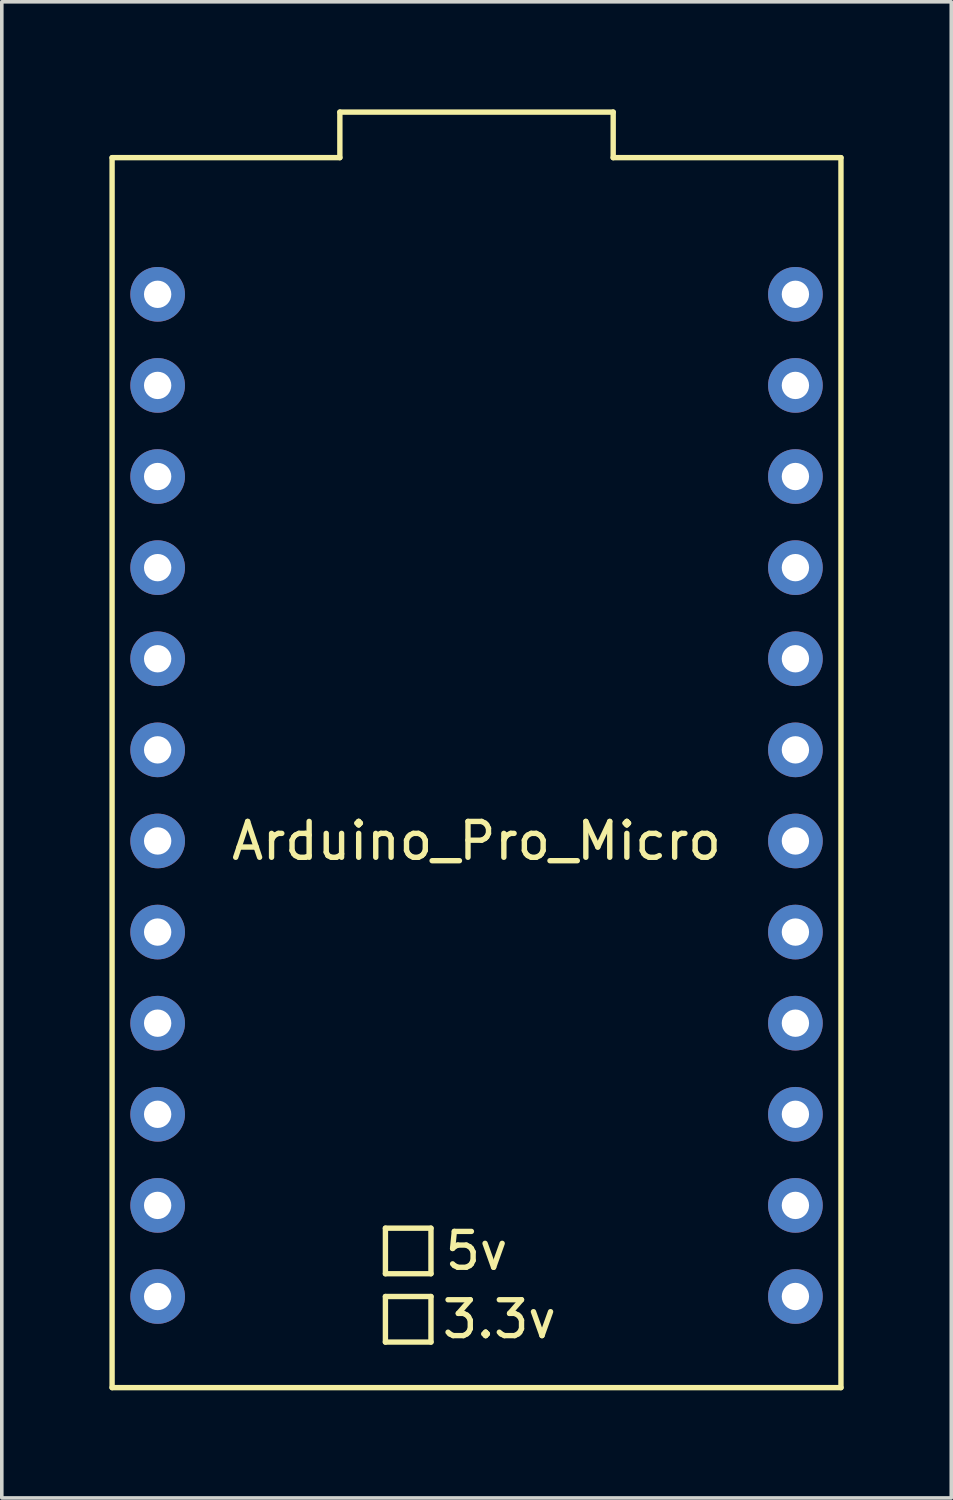
<source format=kicad_pcb>
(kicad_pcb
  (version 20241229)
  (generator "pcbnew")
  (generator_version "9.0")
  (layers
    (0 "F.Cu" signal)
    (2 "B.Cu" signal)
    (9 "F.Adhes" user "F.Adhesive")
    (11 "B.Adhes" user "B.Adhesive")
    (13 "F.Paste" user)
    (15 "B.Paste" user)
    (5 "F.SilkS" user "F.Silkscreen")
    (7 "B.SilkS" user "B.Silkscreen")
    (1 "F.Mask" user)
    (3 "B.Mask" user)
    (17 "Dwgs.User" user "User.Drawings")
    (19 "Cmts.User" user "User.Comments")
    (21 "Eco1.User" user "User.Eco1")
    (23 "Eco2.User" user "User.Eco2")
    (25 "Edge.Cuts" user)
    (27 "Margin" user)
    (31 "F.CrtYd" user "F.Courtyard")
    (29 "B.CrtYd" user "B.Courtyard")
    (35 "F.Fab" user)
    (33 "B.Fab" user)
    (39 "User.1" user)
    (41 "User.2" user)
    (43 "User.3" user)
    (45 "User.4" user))
  (footprint "Arduino_Pro_Micro"
    (layer "F.Cu")
    (at 10.235 19.125)
    (property "Reference" "Arduino_Pro_Micro" (at 0 1.27 0) (layer "F.SilkS") (effects (font (size 1 1) (thickness 0.15))))
    (attr through_hole)
    (fp_line (start -10.16 -17.78) (end -10.16 16.51) (stroke (width 0.15) (type solid)) (layer "F.SilkS"))
    (fp_line (start -10.16 -17.78) (end -3.81 -17.78) (stroke (width 0.15) (type solid)) (layer "F.SilkS"))
    (fp_line (start -10.16 16.51) (end 10.16 16.51) (stroke (width 0.15) (type solid)) (layer "F.SilkS"))
    (fp_line (start -3.81 -19.05) (end 3.81 -19.05) (stroke (width 0.15) (type solid)) (layer "F.SilkS"))
    (fp_line (start -3.81 -17.78) (end -3.81 -19.05) (stroke (width 0.15) (type solid)) (layer "F.SilkS"))
    (fp_line (start -2.54 12.065) (end -2.54 13.335) (stroke (width 0.15) (type solid)) (layer "F.SilkS"))
    (fp_line (start -2.54 13.335) (end -1.27 13.335) (stroke (width 0.15) (type solid)) (layer "F.SilkS"))
    (fp_line (start -2.54 13.97) (end -2.54 15.24) (stroke (width 0.15) (type solid)) (layer "F.SilkS"))
    (fp_line (start -2.54 15.24) (end -1.27 15.24) (stroke (width 0.15) (type solid)) (layer "F.SilkS"))
    (fp_line (start -1.27 12.065) (end -2.54 12.065) (stroke (width 0.15) (type solid)) (layer "F.SilkS"))
    (fp_line (start -1.27 13.335) (end -1.27 12.065) (stroke (width 0.15) (type solid)) (layer "F.SilkS"))
    (fp_line (start -1.27 13.97) (end -2.54 13.97) (stroke (width 0.15) (type solid)) (layer "F.SilkS"))
    (fp_line (start -1.27 15.24) (end -1.27 13.97) (stroke (width 0.15) (type solid)) (layer "F.SilkS"))
    (fp_line (start 3.81 -19.05) (end 3.81 -17.78) (stroke (width 0.15) (type solid)) (layer "F.SilkS"))
    (fp_line (start 3.81 -17.78) (end 10.16 -17.78) (stroke (width 0.15) (type solid)) (layer "F.SilkS"))
    (fp_line (start 10.16 16.51) (end 10.16 -17.78) (stroke (width 0.15) (type solid)) (layer "F.SilkS"))
    (fp_text user "3.3v" (at 0.635 14.605 0) (layer "F.SilkS") (effects (font (size 1 1) (thickness 0.15))))
    (fp_text user "5v" (at 0 12.7 0) (layer "F.SilkS") (effects (font (size 1 1) (thickness 0.15))))
    (pad "1" thru_hole circle (at -8.89 -13.97) (size 1.524 1.524) (drill 0.762) (layers "*.Cu" "*.Mask"))
    (pad "2" thru_hole circle (at -8.89 -11.43) (size 1.524 1.524) (drill 0.762) (layers "*.Cu" "*.Mask"))
    (pad "3" thru_hole circle (at -8.89 -8.89) (size 1.524 1.524) (drill 0.762) (layers "*.Cu" "*.Mask"))
    (pad "4" thru_hole circle (at -8.89 -6.35) (size 1.524 1.524) (drill 0.762) (layers "*.Cu" "*.Mask"))
    (pad "5" thru_hole circle (at -8.89 -3.81) (size 1.524 1.524) (drill 0.762) (layers "*.Cu" "*.Mask"))
    (pad "6" thru_hole circle (at -8.89 -1.27) (size 1.524 1.524) (drill 0.762) (layers "*.Cu" "*.Mask"))
    (pad "7" thru_hole circle (at -8.89 1.27) (size 1.524 1.524) (drill 0.762) (layers "*.Cu" "*.Mask"))
    (pad "8" thru_hole circle (at -8.89 3.81) (size 1.524 1.524) (drill 0.762) (layers "*.Cu" "*.Mask"))
    (pad "9" thru_hole circle (at -8.89 6.35) (size 1.524 1.524) (drill 0.762) (layers "*.Cu" "*.Mask"))
    (pad "10" thru_hole circle (at -8.89 8.89) (size 1.524 1.524) (drill 0.762) (layers "*.Cu" "*.Mask"))
    (pad "11" thru_hole circle (at -8.89 11.43) (size 1.524 1.524) (drill 0.762) (layers "*.Cu" "*.Mask"))
    (pad "12" thru_hole circle (at -8.89 13.97) (size 1.524 1.524) (drill 0.762) (layers "*.Cu" "*.Mask"))
    (pad "13" thru_hole circle (at 8.89 13.97) (size 1.524 1.524) (drill 0.762) (layers "*.Cu" "*.Mask"))
    (pad "14" thru_hole circle (at 8.89 11.43) (size 1.524 1.524) (drill 0.762) (layers "*.Cu" "*.Mask"))
    (pad "15" thru_hole circle (at 8.89 8.89) (size 1.524 1.524) (drill 0.762) (layers "*.Cu" "*.Mask"))
    (pad "16" thru_hole circle (at 8.89 6.35) (size 1.524 1.524) (drill 0.762) (layers "*.Cu" "*.Mask"))
    (pad "17" thru_hole circle (at 8.89 3.81) (size 1.524 1.524) (drill 0.762) (layers "*.Cu" "*.Mask"))
    (pad "18" thru_hole circle (at 8.89 1.27) (size 1.524 1.524) (drill 0.762) (layers "*.Cu" "*.Mask"))
    (pad "19" thru_hole circle (at 8.89 -1.27) (size 1.524 1.524) (drill 0.762) (layers "*.Cu" "*.Mask"))
    (pad "20" thru_hole circle (at 8.89 -3.81) (size 1.524 1.524) (drill 0.762) (layers "*.Cu" "*.Mask"))
    (pad "21" thru_hole circle (at 8.89 -6.35) (size 1.524 1.524) (drill 0.762) (layers "*.Cu" "*.Mask"))
    (pad "22" thru_hole circle (at 8.89 -8.89) (size 1.524 1.524) (drill 0.762) (layers "*.Cu" "*.Mask"))
    (pad "23" thru_hole circle (at 8.89 -11.43) (size 1.524 1.524) (drill 0.762) (layers "*.Cu" "*.Mask"))
    (pad "24" thru_hole circle (at 8.89 -13.97) (size 1.524 1.524) (drill 0.762) (layers "*.Cu" "*.Mask")))
  (gr_rect
    (start -3 -3)
    (end 23.47 38.71)
    (stroke (width 0.1) (type default))
    (fill no)
    (layer "Edge.Cuts")))
</source>
